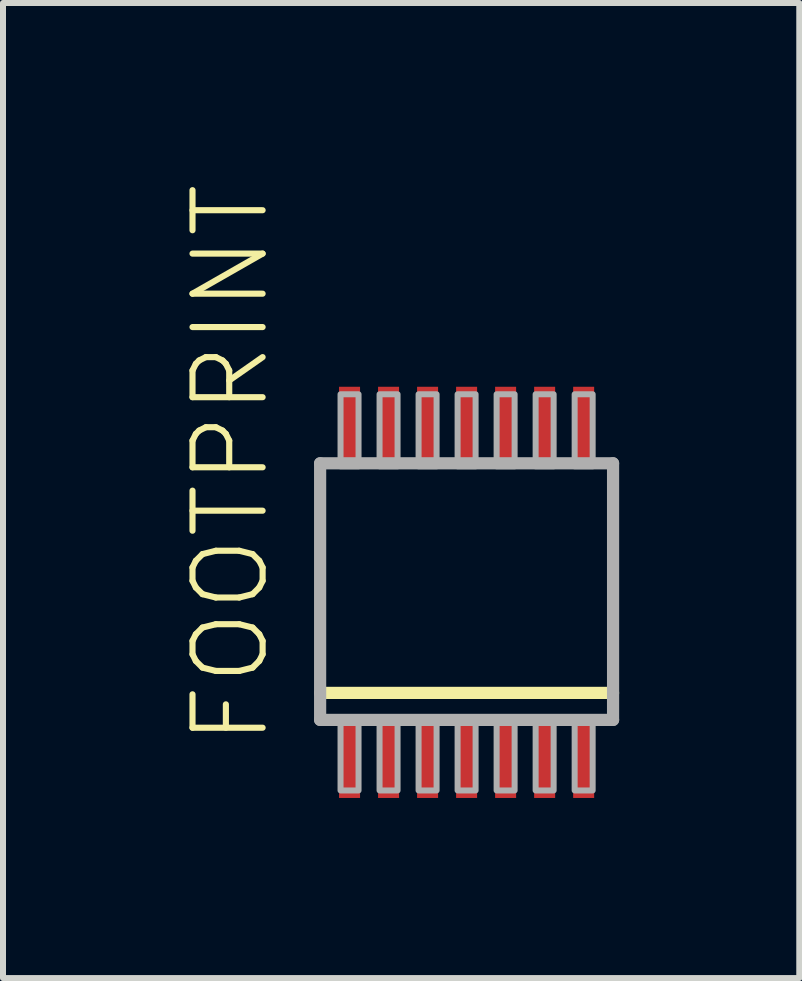
<source format=kicad_pcb>
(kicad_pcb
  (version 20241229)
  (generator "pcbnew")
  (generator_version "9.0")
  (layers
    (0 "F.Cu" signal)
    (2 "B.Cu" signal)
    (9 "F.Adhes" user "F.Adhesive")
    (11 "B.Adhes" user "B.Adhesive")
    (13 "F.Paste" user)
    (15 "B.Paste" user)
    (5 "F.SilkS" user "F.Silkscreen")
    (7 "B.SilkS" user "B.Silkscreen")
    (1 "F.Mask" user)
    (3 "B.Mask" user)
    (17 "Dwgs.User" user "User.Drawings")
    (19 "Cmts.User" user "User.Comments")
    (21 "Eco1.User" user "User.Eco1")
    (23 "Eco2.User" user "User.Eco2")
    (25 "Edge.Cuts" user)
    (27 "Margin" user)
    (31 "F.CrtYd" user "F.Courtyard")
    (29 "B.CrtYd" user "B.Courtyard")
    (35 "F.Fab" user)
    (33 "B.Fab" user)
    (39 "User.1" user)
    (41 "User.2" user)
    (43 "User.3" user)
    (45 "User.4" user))
  (footprint "FOOTPRINT"
    (layer "F.Cu")
    (at 4.723 6.818)
    (property "Reference" "FOOTPRINT" (at -3.25 2.6 90) (layer "F.SilkS") (effects (font (size 1.168 1.168) (thickness 0.102)) (justify left bottom)))
    (fp_line (start 2.44 1.675) (end -2.44 1.675) (stroke (width 0.203) (type solid)) (layer "F.SilkS"))
    (fp_line (start -2.44 -2.15) (end 2.44 -2.15) (stroke (width 0.203) (type solid)) (layer "F.Fab"))
    (fp_line (start -2.44 2.125) (end -2.44 -2.15) (stroke (width 0.203) (type solid)) (layer "F.Fab"))
    (fp_line (start 2.44 -2.15) (end 2.44 2.125) (stroke (width 0.203) (type solid)) (layer "F.Fab"))
    (fp_line (start 2.44 2.125) (end -2.44 2.125) (stroke (width 0.203) (type solid)) (layer "F.Fab"))
    (fp_poly (pts (xy -2.1 3.3) (xy -1.8 3.3) (xy -1.8 2.1) (xy -2.1 2.1)) (stroke (width 0.1) (type solid)) (fill no) (layer "F.Fab"))
    (fp_poly (pts (xy -1.8 -3.3) (xy -2.1 -3.3) (xy -2.1 -2.1) (xy -1.8 -2.1)) (stroke (width 0.1) (type solid)) (fill no) (layer "F.Fab"))
    (fp_poly (pts (xy -1.45 3.3) (xy -1.15 3.3) (xy -1.15 2.1) (xy -1.45 2.1)) (stroke (width 0.1) (type solid)) (fill no) (layer "F.Fab"))
    (fp_poly (pts (xy -1.15 -3.3) (xy -1.45 -3.3) (xy -1.45 -2.1) (xy -1.15 -2.1)) (stroke (width 0.1) (type solid)) (fill no) (layer "F.Fab"))
    (fp_poly (pts (xy -0.8 3.3) (xy -0.5 3.3) (xy -0.5 2.1) (xy -0.8 2.1)) (stroke (width 0.1) (type solid)) (fill no) (layer "F.Fab"))
    (fp_poly (pts (xy -0.5 -3.3) (xy -0.8 -3.3) (xy -0.8 -2.1) (xy -0.5 -2.1)) (stroke (width 0.1) (type solid)) (fill no) (layer "F.Fab"))
    (fp_poly (pts (xy -0.15 3.3) (xy 0.15 3.3) (xy 0.15 2.1) (xy -0.15 2.1)) (stroke (width 0.1) (type solid)) (fill no) (layer "F.Fab"))
    (fp_poly (pts (xy 0.15 -3.3) (xy -0.15 -3.3) (xy -0.15 -2.1) (xy 0.15 -2.1)) (stroke (width 0.1) (type solid)) (fill no) (layer "F.Fab"))
    (fp_poly (pts (xy 0.5 3.3) (xy 0.8 3.3) (xy 0.8 2.1) (xy 0.5 2.1)) (stroke (width 0.1) (type solid)) (fill no) (layer "F.Fab"))
    (fp_poly (pts (xy 0.8 -3.3) (xy 0.5 -3.3) (xy 0.5 -2.1) (xy 0.8 -2.1)) (stroke (width 0.1) (type solid)) (fill no) (layer "F.Fab"))
    (fp_poly (pts (xy 1.15 3.3) (xy 1.45 3.3) (xy 1.45 2.1) (xy 1.15 2.1)) (stroke (width 0.1) (type solid)) (fill no) (layer "F.Fab"))
    (fp_poly (pts (xy 1.45 -3.3) (xy 1.15 -3.3) (xy 1.15 -2.1) (xy 1.45 -2.1)) (stroke (width 0.1) (type solid)) (fill no) (layer "F.Fab"))
    (fp_poly (pts (xy 1.8 3.3) (xy 2.1 3.3) (xy 2.1 2.1) (xy 1.8 2.1)) (stroke (width 0.1) (type solid)) (fill no) (layer "F.Fab"))
    (fp_poly (pts (xy 2.1 -3.3) (xy 1.8 -3.3) (xy 1.8 -2.1) (xy 2.1 -2.1)) (stroke (width 0.1) (type solid)) (fill no) (layer "F.Fab"))
    (pad "1" smd rect (at -1.95 2.825) (size 0.35 1.2) (layers "F.Cu" "F.Mask" "F.Paste"))
    (pad "2" smd rect (at -1.3 2.825) (size 0.35 1.2) (layers "F.Cu" "F.Mask" "F.Paste"))
    (pad "3" smd rect (at -0.65 2.825) (size 0.35 1.2) (layers "F.Cu" "F.Mask" "F.Paste"))
    (pad "4" smd rect (at 0 2.825) (size 0.35 1.2) (layers "F.Cu" "F.Mask" "F.Paste"))
    (pad "5" smd rect (at 0.65 2.825) (size 0.35 1.2) (layers "F.Cu" "F.Mask" "F.Paste"))
    (pad "6" smd rect (at 1.3 2.825) (size 0.35 1.2) (layers "F.Cu" "F.Mask" "F.Paste"))
    (pad "7" smd rect (at 1.95 2.825) (size 0.35 1.2) (layers "F.Cu" "F.Mask" "F.Paste"))
    (pad "8" smd rect (at 1.95 -2.825 180) (size 0.35 1.2) (layers "F.Cu" "F.Mask" "F.Paste"))
    (pad "9" smd rect (at 1.3 -2.825 180) (size 0.35 1.2) (layers "F.Cu" "F.Mask" "F.Paste"))
    (pad "10" smd rect (at 0.65 -2.825 180) (size 0.35 1.2) (layers "F.Cu" "F.Mask" "F.Paste"))
    (pad "11" smd rect (at 0 -2.825 180) (size 0.35 1.2) (layers "F.Cu" "F.Mask" "F.Paste"))
    (pad "12" smd rect (at -0.65 -2.825 180) (size 0.35 1.2) (layers "F.Cu" "F.Mask" "F.Paste"))
    (pad "13" smd rect (at -1.3 -2.825 180) (size 0.35 1.2) (layers "F.Cu" "F.Mask" "F.Paste"))
    (pad "14" smd rect (at -1.95 -2.825 180) (size 0.35 1.2) (layers "F.Cu" "F.Mask" "F.Paste")))
  (gr_rect
    (start -3 -3)
    (end 10.265 13.243)
    (stroke (width 0.1) (type default))
    (fill no)
    (layer "Edge.Cuts")))
</source>
